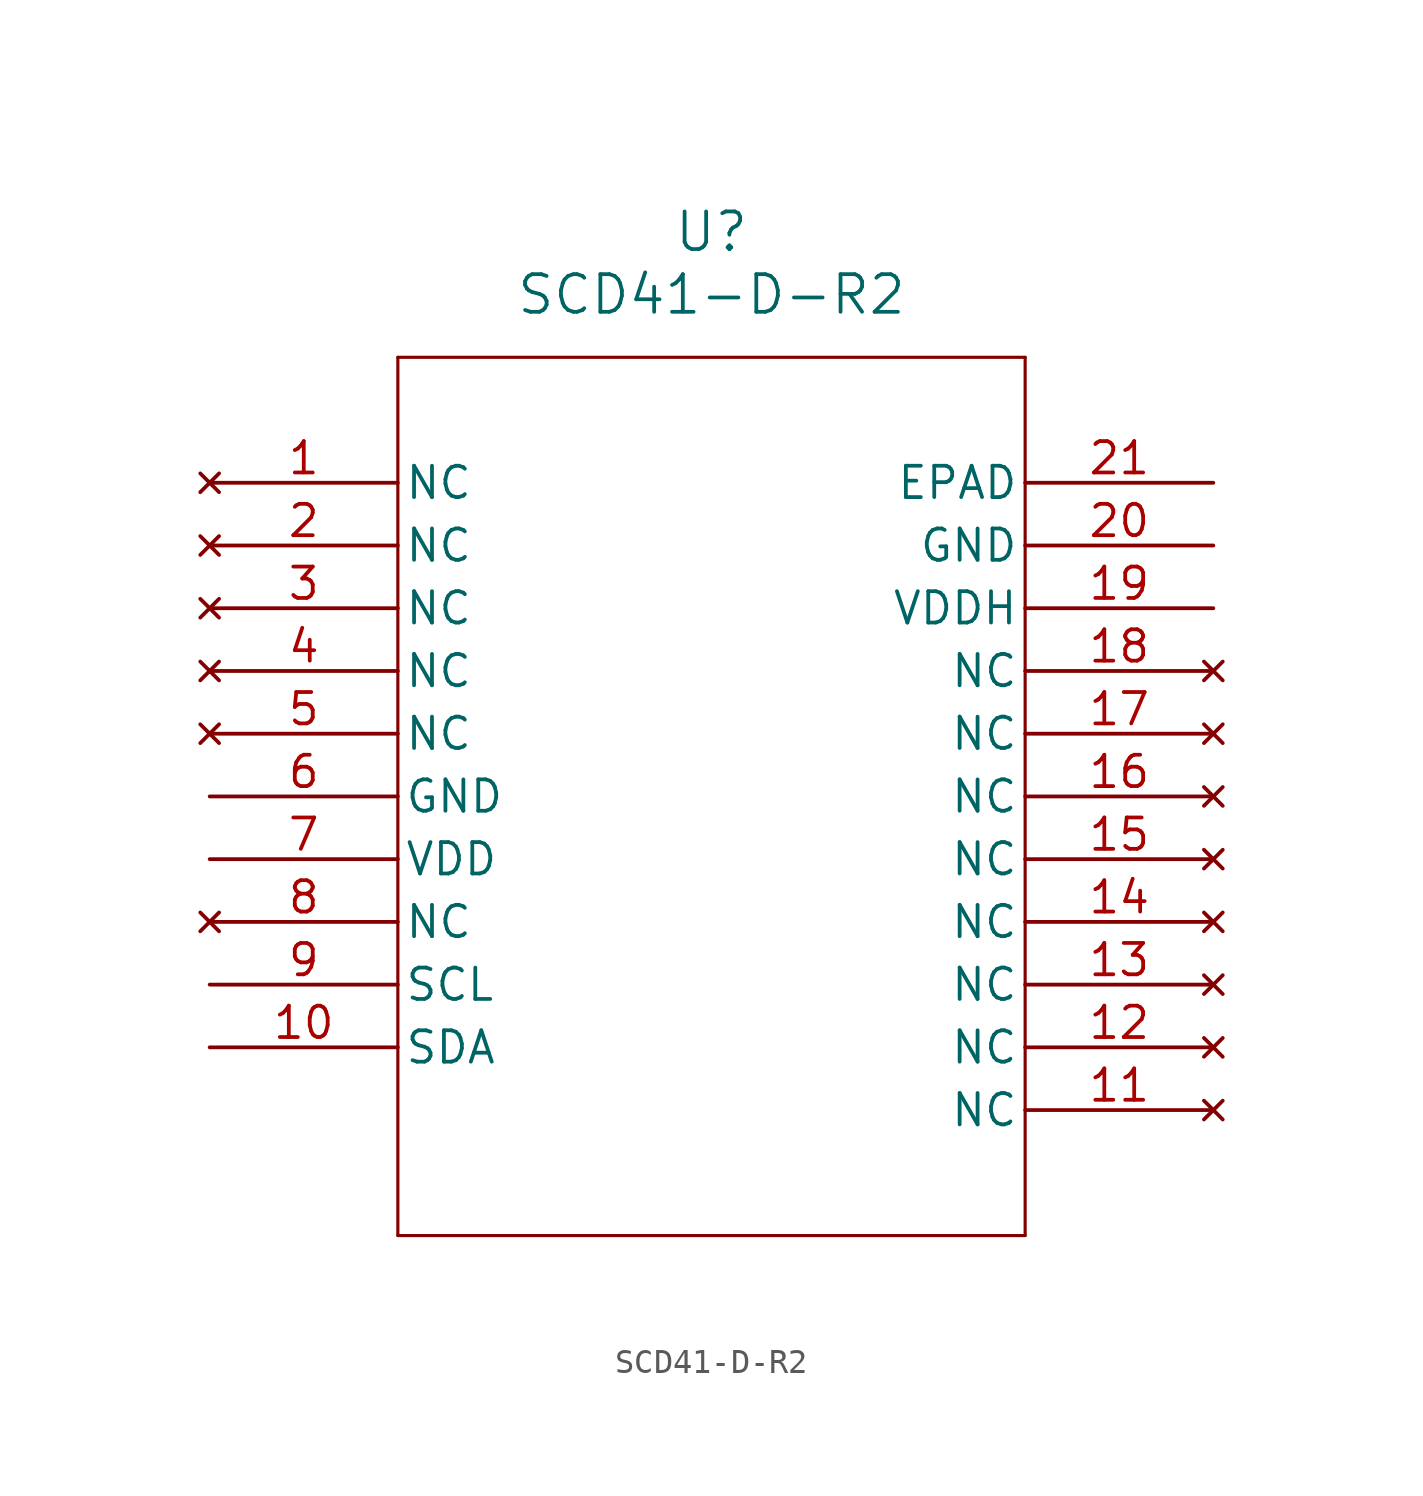
<source format=kicad_sym>
(kicad_symbol_lib
  (version 20211014)
  (generator kicad_symbol_editor)
  (symbol "SCD41-D-R2"
    (pin_names
      (offset 0.254))
    (property "Reference" "U"
      (at 20.32 10.16 0)
      (effects (font (size 1.524 1.524))))
    (property "Value" "SCD41-D-R2"
      (at 20.32 7.62 0)
      (effects (font (size 1.524 1.524))))
    (symbol "SCD41-D-R2_0_1"
      (polyline (pts (xy 7.62 5.08) (xy 7.62 -30.48)) (stroke (width 0.127) (type default) (color 0 0 0 0)) (fill (type none)))
      (polyline (pts (xy 7.62 -30.48) (xy 33.02 -30.48)) (stroke (width 0.127) (type default) (color 0 0 0 0)) (fill (type none)))
      (polyline (pts (xy 33.02 -30.48) (xy 33.02 5.08)) (stroke (width 0.127) (type default) (color 0 0 0 0)) (fill (type none)))
      (polyline (pts (xy 33.02 5.08) (xy 7.62 5.08)) (stroke (width 0.127) (type default) (color 0 0 0 0)) (fill (type none)))
      (pin no_connect line (at 0 0 0) (length 7.62) (name "NC" (effects (font (size 1.27 1.27)))) (number "1" (effects (font (size 1.27 1.27)))))
      (pin no_connect line (at 0 -2.54 0) (length 7.62) (name "NC" (effects (font (size 1.27 1.27)))) (number "2" (effects (font (size 1.27 1.27)))))
      (pin no_connect line (at 0 -5.08 0) (length 7.62) (name "NC" (effects (font (size 1.27 1.27)))) (number "3" (effects (font (size 1.27 1.27)))))
      (pin no_connect line (at 0 -7.62 0) (length 7.62) (name "NC" (effects (font (size 1.27 1.27)))) (number "4" (effects (font (size 1.27 1.27)))))
      (pin no_connect line (at 0 -10.16 0) (length 7.62) (name "NC" (effects (font (size 1.27 1.27)))) (number "5" (effects (font (size 1.27 1.27)))))
      (pin power_out line (at 0 -12.7 0) (length 7.62) (name "GND" (effects (font (size 1.27 1.27)))) (number "6" (effects (font (size 1.27 1.27)))))
      (pin power_in line (at 0 -15.24 0) (length 7.62) (name "VDD" (effects (font (size 1.27 1.27)))) (number "7" (effects (font (size 1.27 1.27)))))
      (pin no_connect line (at 0 -17.78 0) (length 7.62) (name "NC" (effects (font (size 1.27 1.27)))) (number "8" (effects (font (size 1.27 1.27)))))
      (pin unspecified line (at 0 -20.32 0) (length 7.62) (name "SCL" (effects (font (size 1.27 1.27)))) (number "9" (effects (font (size 1.27 1.27)))))
      (pin bidirectional line (at 0 -22.86 0) (length 7.62) (name "SDA" (effects (font (size 1.27 1.27)))) (number "10" (effects (font (size 1.27 1.27)))))
      (pin no_connect line (at 40.64 -25.4 180) (length 7.62) (name "NC" (effects (font (size 1.27 1.27)))) (number "11" (effects (font (size 1.27 1.27)))))
      (pin no_connect line (at 40.64 -22.86 180) (length 7.62) (name "NC" (effects (font (size 1.27 1.27)))) (number "12" (effects (font (size 1.27 1.27)))))
      (pin no_connect line (at 40.64 -20.32 180) (length 7.62) (name "NC" (effects (font (size 1.27 1.27)))) (number "13" (effects (font (size 1.27 1.27)))))
      (pin no_connect line (at 40.64 -17.78 180) (length 7.62) (name "NC" (effects (font (size 1.27 1.27)))) (number "14" (effects (font (size 1.27 1.27)))))
      (pin no_connect line (at 40.64 -15.24 180) (length 7.62) (name "NC" (effects (font (size 1.27 1.27)))) (number "15" (effects (font (size 1.27 1.27)))))
      (pin no_connect line (at 40.64 -12.7 180) (length 7.62) (name "NC" (effects (font (size 1.27 1.27)))) (number "16" (effects (font (size 1.27 1.27)))))
      (pin no_connect line (at 40.64 -10.16 180) (length 7.62) (name "NC" (effects (font (size 1.27 1.27)))) (number "17" (effects (font (size 1.27 1.27)))))
      (pin no_connect line (at 40.64 -7.62 180) (length 7.62) (name "NC" (effects (font (size 1.27 1.27)))) (number "18" (effects (font (size 1.27 1.27)))))
      (pin power_in line (at 40.64 -5.08 180) (length 7.62) (name "VDDH" (effects (font (size 1.27 1.27)))) (number "19" (effects (font (size 1.27 1.27)))))
      (pin power_out line (at 40.64 -2.54 180) (length 7.62) (name "GND" (effects (font (size 1.27 1.27)))) (number "20" (effects (font (size 1.27 1.27)))))
      (pin power_out line (at 40.64 0 180) (length 7.62) (name "EPAD" (effects (font (size 1.27 1.27)))) (number "21" (effects (font (size 1.27 1.27))))))))
</source>
